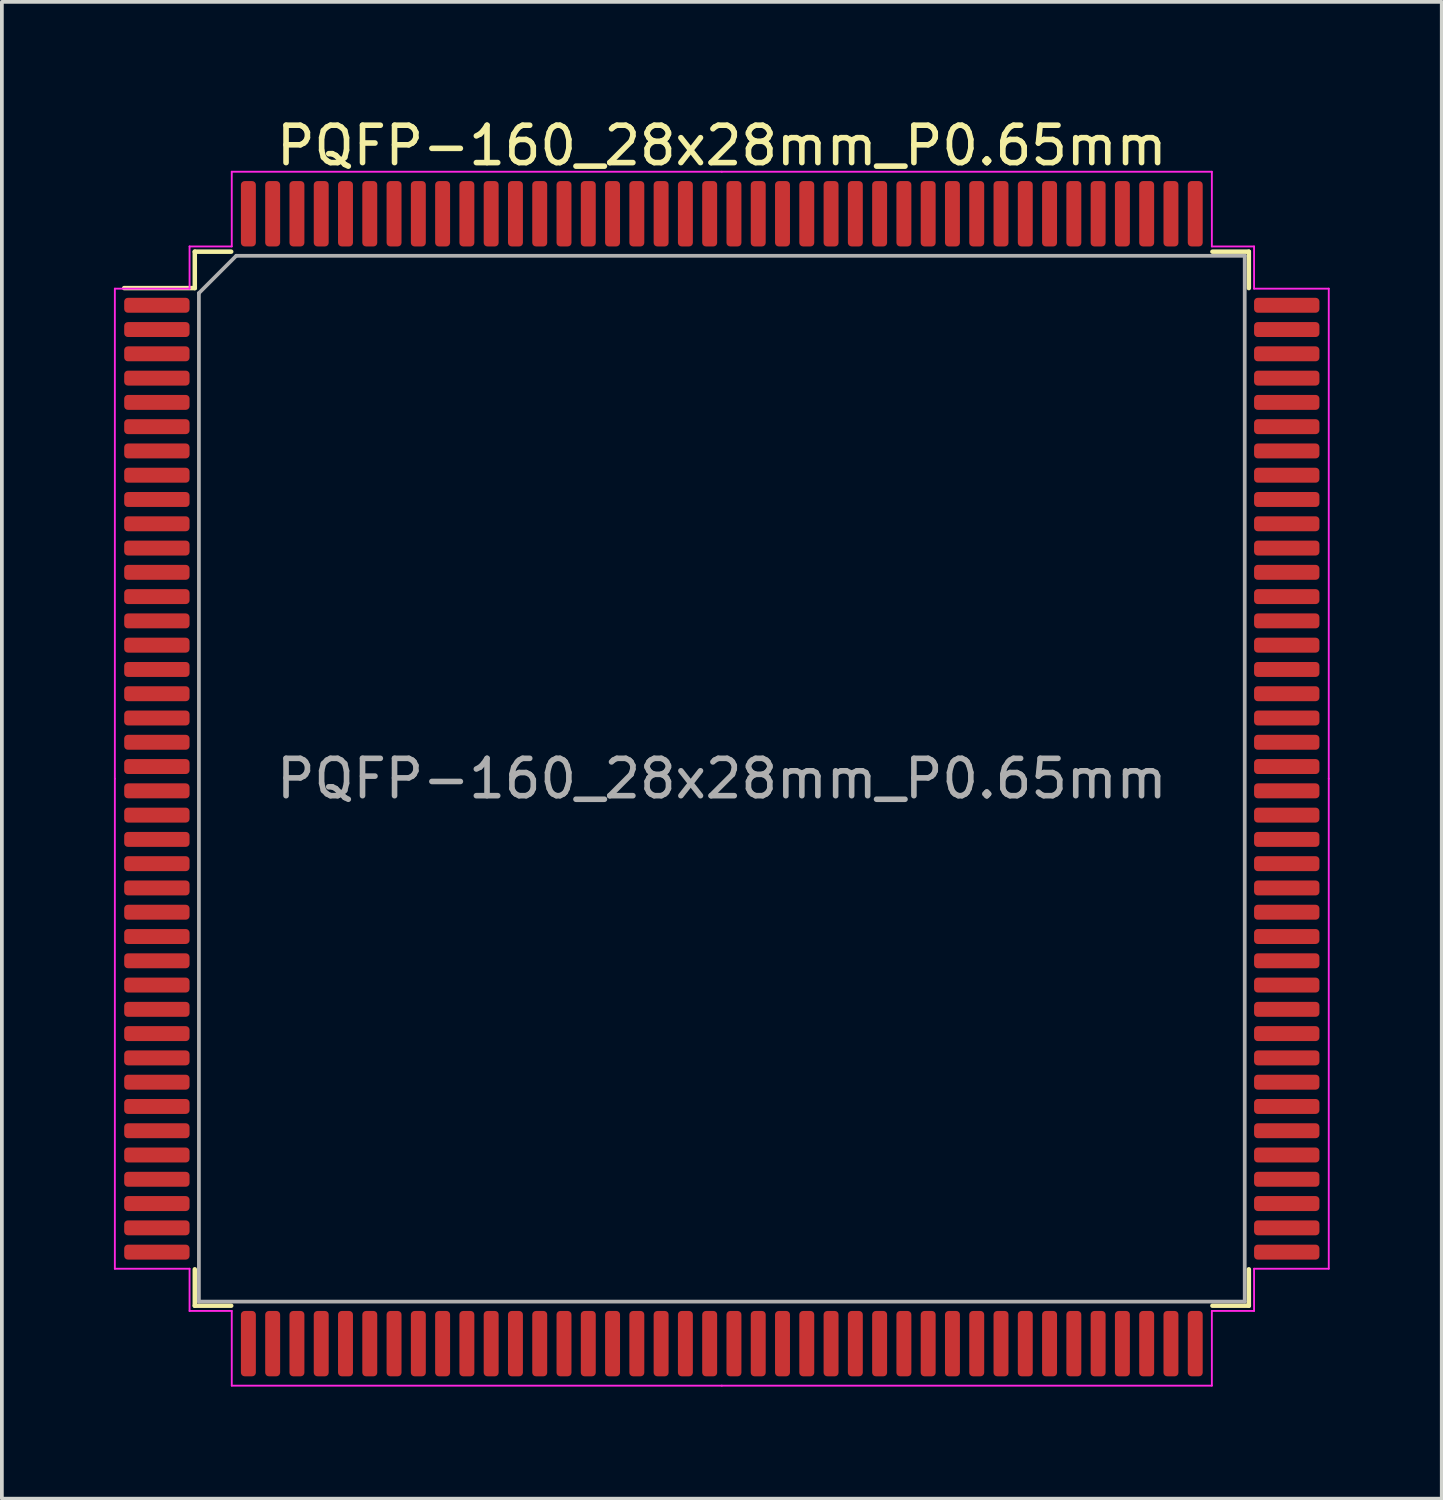
<source format=kicad_pcb>
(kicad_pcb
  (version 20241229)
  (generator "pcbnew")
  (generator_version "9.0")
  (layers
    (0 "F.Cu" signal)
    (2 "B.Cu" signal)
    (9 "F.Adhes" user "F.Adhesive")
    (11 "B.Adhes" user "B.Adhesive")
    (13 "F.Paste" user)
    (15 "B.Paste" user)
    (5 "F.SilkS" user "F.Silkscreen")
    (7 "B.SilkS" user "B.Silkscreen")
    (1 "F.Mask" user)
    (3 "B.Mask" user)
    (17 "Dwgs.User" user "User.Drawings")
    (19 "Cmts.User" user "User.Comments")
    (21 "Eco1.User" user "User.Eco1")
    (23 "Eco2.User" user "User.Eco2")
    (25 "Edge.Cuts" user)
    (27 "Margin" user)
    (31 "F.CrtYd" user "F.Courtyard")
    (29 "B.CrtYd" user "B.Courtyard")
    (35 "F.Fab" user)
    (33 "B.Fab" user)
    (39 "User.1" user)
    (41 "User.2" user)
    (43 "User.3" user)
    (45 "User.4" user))
  (footprint "PQFP-160_28x28mm_P0.65mm"
    (layer "F.Cu")
    (at 16.275 17.798)
    (property "Reference" "PQFP-160_28x28mm_P0.65mm" (at 0 -16.95 0) (layer "F.SilkS") (effects (font (size 1 1) (thickness 0.15))))
    (attr smd)
    (fp_line (start -14.11 -14.11) (end -14.11 -13.135) (stroke (width 0.12) (type solid)) (layer "F.SilkS"))
    (fp_line (start -14.11 -13.135) (end -16 -13.135) (stroke (width 0.12) (type solid)) (layer "F.SilkS"))
    (fp_line (start -14.11 14.11) (end -14.11 13.135) (stroke (width 0.12) (type solid)) (layer "F.SilkS"))
    (fp_line (start -13.135 -14.11) (end -14.11 -14.11) (stroke (width 0.12) (type solid)) (layer "F.SilkS"))
    (fp_line (start -13.135 14.11) (end -14.11 14.11) (stroke (width 0.12) (type solid)) (layer "F.SilkS"))
    (fp_line (start 13.135 -14.11) (end 14.11 -14.11) (stroke (width 0.12) (type solid)) (layer "F.SilkS"))
    (fp_line (start 13.135 14.11) (end 14.11 14.11) (stroke (width 0.12) (type solid)) (layer "F.SilkS"))
    (fp_line (start 14.11 -14.11) (end 14.11 -13.135) (stroke (width 0.12) (type solid)) (layer "F.SilkS"))
    (fp_line (start 14.11 14.11) (end 14.11 13.135) (stroke (width 0.12) (type solid)) (layer "F.SilkS"))
    (fp_line (start -16.25 -13.12) (end -16.25 0) (stroke (width 0.05) (type solid)) (layer "F.CrtYd"))
    (fp_line (start -16.25 13.12) (end -16.25 0) (stroke (width 0.05) (type solid)) (layer "F.CrtYd"))
    (fp_line (start -14.25 -14.25) (end -14.25 -13.12) (stroke (width 0.05) (type solid)) (layer "F.CrtYd"))
    (fp_line (start -14.25 -13.12) (end -16.25 -13.12) (stroke (width 0.05) (type solid)) (layer "F.CrtYd"))
    (fp_line (start -14.25 13.12) (end -16.25 13.12) (stroke (width 0.05) (type solid)) (layer "F.CrtYd"))
    (fp_line (start -14.25 14.25) (end -14.25 13.12) (stroke (width 0.05) (type solid)) (layer "F.CrtYd"))
    (fp_line (start -13.12 -16.25) (end -13.12 -14.25) (stroke (width 0.05) (type solid)) (layer "F.CrtYd"))
    (fp_line (start -13.12 -14.25) (end -14.25 -14.25) (stroke (width 0.05) (type solid)) (layer "F.CrtYd"))
    (fp_line (start -13.12 14.25) (end -14.25 14.25) (stroke (width 0.05) (type solid)) (layer "F.CrtYd"))
    (fp_line (start -13.12 16.25) (end -13.12 14.25) (stroke (width 0.05) (type solid)) (layer "F.CrtYd"))
    (fp_line (start 0 -16.25) (end -13.12 -16.25) (stroke (width 0.05) (type solid)) (layer "F.CrtYd"))
    (fp_line (start 0 -16.25) (end 13.12 -16.25) (stroke (width 0.05) (type solid)) (layer "F.CrtYd"))
    (fp_line (start 0 16.25) (end -13.12 16.25) (stroke (width 0.05) (type solid)) (layer "F.CrtYd"))
    (fp_line (start 0 16.25) (end 13.12 16.25) (stroke (width 0.05) (type solid)) (layer "F.CrtYd"))
    (fp_line (start 13.12 -16.25) (end 13.12 -14.25) (stroke (width 0.05) (type solid)) (layer "F.CrtYd"))
    (fp_line (start 13.12 -14.25) (end 14.25 -14.25) (stroke (width 0.05) (type solid)) (layer "F.CrtYd"))
    (fp_line (start 13.12 14.25) (end 14.25 14.25) (stroke (width 0.05) (type solid)) (layer "F.CrtYd"))
    (fp_line (start 13.12 16.25) (end 13.12 14.25) (stroke (width 0.05) (type solid)) (layer "F.CrtYd"))
    (fp_line (start 14.25 -14.25) (end 14.25 -13.12) (stroke (width 0.05) (type solid)) (layer "F.CrtYd"))
    (fp_line (start 14.25 -13.12) (end 16.25 -13.12) (stroke (width 0.05) (type solid)) (layer "F.CrtYd"))
    (fp_line (start 14.25 13.12) (end 16.25 13.12) (stroke (width 0.05) (type solid)) (layer "F.CrtYd"))
    (fp_line (start 14.25 14.25) (end 14.25 13.12) (stroke (width 0.05) (type solid)) (layer "F.CrtYd"))
    (fp_line (start 16.25 -13.12) (end 16.25 0) (stroke (width 0.05) (type solid)) (layer "F.CrtYd"))
    (fp_line (start 16.25 13.12) (end 16.25 0) (stroke (width 0.05) (type solid)) (layer "F.CrtYd"))
    (fp_line (start -14 -13) (end -13 -14) (stroke (width 0.1) (type solid)) (layer "F.Fab"))
    (fp_line (start -14 14) (end -14 -13) (stroke (width 0.1) (type solid)) (layer "F.Fab"))
    (fp_line (start -13 -14) (end 14 -14) (stroke (width 0.1) (type solid)) (layer "F.Fab"))
    (fp_line (start 14 -14) (end 14 14) (stroke (width 0.1) (type solid)) (layer "F.Fab"))
    (fp_line (start 14 14) (end -14 14) (stroke (width 0.1) (type solid)) (layer "F.Fab"))
    (fp_text user "${REFERENCE}" (at 0 0 0) (layer "F.Fab") (effects (font (size 1 1) (thickness 0.15))))
    (pad "1" smd roundrect (at -15.125 -12.675) (size 1.75 0.4) (layers "F.Cu" "F.Mask" "F.Paste") (roundrect_rratio 0.25))
    (pad "2" smd roundrect (at -15.125 -12.025) (size 1.75 0.4) (layers "F.Cu" "F.Mask" "F.Paste") (roundrect_rratio 0.25))
    (pad "3" smd roundrect (at -15.125 -11.375) (size 1.75 0.4) (layers "F.Cu" "F.Mask" "F.Paste") (roundrect_rratio 0.25))
    (pad "4" smd roundrect (at -15.125 -10.725) (size 1.75 0.4) (layers "F.Cu" "F.Mask" "F.Paste") (roundrect_rratio 0.25))
    (pad "5" smd roundrect (at -15.125 -10.075) (size 1.75 0.4) (layers "F.Cu" "F.Mask" "F.Paste") (roundrect_rratio 0.25))
    (pad "6" smd roundrect (at -15.125 -9.425) (size 1.75 0.4) (layers "F.Cu" "F.Mask" "F.Paste") (roundrect_rratio 0.25))
    (pad "7" smd roundrect (at -15.125 -8.775) (size 1.75 0.4) (layers "F.Cu" "F.Mask" "F.Paste") (roundrect_rratio 0.25))
    (pad "8" smd roundrect (at -15.125 -8.125) (size 1.75 0.4) (layers "F.Cu" "F.Mask" "F.Paste") (roundrect_rratio 0.25))
    (pad "9" smd roundrect (at -15.125 -7.475) (size 1.75 0.4) (layers "F.Cu" "F.Mask" "F.Paste") (roundrect_rratio 0.25))
    (pad "10" smd roundrect (at -15.125 -6.825) (size 1.75 0.4) (layers "F.Cu" "F.Mask" "F.Paste") (roundrect_rratio 0.25))
    (pad "11" smd roundrect (at -15.125 -6.175) (size 1.75 0.4) (layers "F.Cu" "F.Mask" "F.Paste") (roundrect_rratio 0.25))
    (pad "12" smd roundrect (at -15.125 -5.525) (size 1.75 0.4) (layers "F.Cu" "F.Mask" "F.Paste") (roundrect_rratio 0.25))
    (pad "13" smd roundrect (at -15.125 -4.875) (size 1.75 0.4) (layers "F.Cu" "F.Mask" "F.Paste") (roundrect_rratio 0.25))
    (pad "14" smd roundrect (at -15.125 -4.225) (size 1.75 0.4) (layers "F.Cu" "F.Mask" "F.Paste") (roundrect_rratio 0.25))
    (pad "15" smd roundrect (at -15.125 -3.575) (size 1.75 0.4) (layers "F.Cu" "F.Mask" "F.Paste") (roundrect_rratio 0.25))
    (pad "16" smd roundrect (at -15.125 -2.925) (size 1.75 0.4) (layers "F.Cu" "F.Mask" "F.Paste") (roundrect_rratio 0.25))
    (pad "17" smd roundrect (at -15.125 -2.275) (size 1.75 0.4) (layers "F.Cu" "F.Mask" "F.Paste") (roundrect_rratio 0.25))
    (pad "18" smd roundrect (at -15.125 -1.625) (size 1.75 0.4) (layers "F.Cu" "F.Mask" "F.Paste") (roundrect_rratio 0.25))
    (pad "19" smd roundrect (at -15.125 -0.975) (size 1.75 0.4) (layers "F.Cu" "F.Mask" "F.Paste") (roundrect_rratio 0.25))
    (pad "20" smd roundrect (at -15.125 -0.325) (size 1.75 0.4) (layers "F.Cu" "F.Mask" "F.Paste") (roundrect_rratio 0.25))
    (pad "21" smd roundrect (at -15.125 0.325) (size 1.75 0.4) (layers "F.Cu" "F.Mask" "F.Paste") (roundrect_rratio 0.25))
    (pad "22" smd roundrect (at -15.125 0.975) (size 1.75 0.4) (layers "F.Cu" "F.Mask" "F.Paste") (roundrect_rratio 0.25))
    (pad "23" smd roundrect (at -15.125 1.625) (size 1.75 0.4) (layers "F.Cu" "F.Mask" "F.Paste") (roundrect_rratio 0.25))
    (pad "24" smd roundrect (at -15.125 2.275) (size 1.75 0.4) (layers "F.Cu" "F.Mask" "F.Paste") (roundrect_rratio 0.25))
    (pad "25" smd roundrect (at -15.125 2.925) (size 1.75 0.4) (layers "F.Cu" "F.Mask" "F.Paste") (roundrect_rratio 0.25))
    (pad "26" smd roundrect (at -15.125 3.575) (size 1.75 0.4) (layers "F.Cu" "F.Mask" "F.Paste") (roundrect_rratio 0.25))
    (pad "27" smd roundrect (at -15.125 4.225) (size 1.75 0.4) (layers "F.Cu" "F.Mask" "F.Paste") (roundrect_rratio 0.25))
    (pad "28" smd roundrect (at -15.125 4.875) (size 1.75 0.4) (layers "F.Cu" "F.Mask" "F.Paste") (roundrect_rratio 0.25))
    (pad "29" smd roundrect (at -15.125 5.525) (size 1.75 0.4) (layers "F.Cu" "F.Mask" "F.Paste") (roundrect_rratio 0.25))
    (pad "30" smd roundrect (at -15.125 6.175) (size 1.75 0.4) (layers "F.Cu" "F.Mask" "F.Paste") (roundrect_rratio 0.25))
    (pad "31" smd roundrect (at -15.125 6.825) (size 1.75 0.4) (layers "F.Cu" "F.Mask" "F.Paste") (roundrect_rratio 0.25))
    (pad "32" smd roundrect (at -15.125 7.475) (size 1.75 0.4) (layers "F.Cu" "F.Mask" "F.Paste") (roundrect_rratio 0.25))
    (pad "33" smd roundrect (at -15.125 8.125) (size 1.75 0.4) (layers "F.Cu" "F.Mask" "F.Paste") (roundrect_rratio 0.25))
    (pad "34" smd roundrect (at -15.125 8.775) (size 1.75 0.4) (layers "F.Cu" "F.Mask" "F.Paste") (roundrect_rratio 0.25))
    (pad "35" smd roundrect (at -15.125 9.425) (size 1.75 0.4) (layers "F.Cu" "F.Mask" "F.Paste") (roundrect_rratio 0.25))
    (pad "36" smd roundrect (at -15.125 10.075) (size 1.75 0.4) (layers "F.Cu" "F.Mask" "F.Paste") (roundrect_rratio 0.25))
    (pad "37" smd roundrect (at -15.125 10.725) (size 1.75 0.4) (layers "F.Cu" "F.Mask" "F.Paste") (roundrect_rratio 0.25))
    (pad "38" smd roundrect (at -15.125 11.375) (size 1.75 0.4) (layers "F.Cu" "F.Mask" "F.Paste") (roundrect_rratio 0.25))
    (pad "39" smd roundrect (at -15.125 12.025) (size 1.75 0.4) (layers "F.Cu" "F.Mask" "F.Paste") (roundrect_rratio 0.25))
    (pad "40" smd roundrect (at -15.125 12.675) (size 1.75 0.4) (layers "F.Cu" "F.Mask" "F.Paste") (roundrect_rratio 0.25))
    (pad "41" smd roundrect (at -12.675 15.125) (size 0.4 1.75) (layers "F.Cu" "F.Mask" "F.Paste") (roundrect_rratio 0.25))
    (pad "42" smd roundrect (at -12.025 15.125) (size 0.4 1.75) (layers "F.Cu" "F.Mask" "F.Paste") (roundrect_rratio 0.25))
    (pad "43" smd roundrect (at -11.375 15.125) (size 0.4 1.75) (layers "F.Cu" "F.Mask" "F.Paste") (roundrect_rratio 0.25))
    (pad "44" smd roundrect (at -10.725 15.125) (size 0.4 1.75) (layers "F.Cu" "F.Mask" "F.Paste") (roundrect_rratio 0.25))
    (pad "45" smd roundrect (at -10.075 15.125) (size 0.4 1.75) (layers "F.Cu" "F.Mask" "F.Paste") (roundrect_rratio 0.25))
    (pad "46" smd roundrect (at -9.425 15.125) (size 0.4 1.75) (layers "F.Cu" "F.Mask" "F.Paste") (roundrect_rratio 0.25))
    (pad "47" smd roundrect (at -8.775 15.125) (size 0.4 1.75) (layers "F.Cu" "F.Mask" "F.Paste") (roundrect_rratio 0.25))
    (pad "48" smd roundrect (at -8.125 15.125) (size 0.4 1.75) (layers "F.Cu" "F.Mask" "F.Paste") (roundrect_rratio 0.25))
    (pad "49" smd roundrect (at -7.475 15.125) (size 0.4 1.75) (layers "F.Cu" "F.Mask" "F.Paste") (roundrect_rratio 0.25))
    (pad "50" smd roundrect (at -6.825 15.125) (size 0.4 1.75) (layers "F.Cu" "F.Mask" "F.Paste") (roundrect_rratio 0.25))
    (pad "51" smd roundrect (at -6.175 15.125) (size 0.4 1.75) (layers "F.Cu" "F.Mask" "F.Paste") (roundrect_rratio 0.25))
    (pad "52" smd roundrect (at -5.525 15.125) (size 0.4 1.75) (layers "F.Cu" "F.Mask" "F.Paste") (roundrect_rratio 0.25))
    (pad "53" smd roundrect (at -4.875 15.125) (size 0.4 1.75) (layers "F.Cu" "F.Mask" "F.Paste") (roundrect_rratio 0.25))
    (pad "54" smd roundrect (at -4.225 15.125) (size 0.4 1.75) (layers "F.Cu" "F.Mask" "F.Paste") (roundrect_rratio 0.25))
    (pad "55" smd roundrect (at -3.575 15.125) (size 0.4 1.75) (layers "F.Cu" "F.Mask" "F.Paste") (roundrect_rratio 0.25))
    (pad "56" smd roundrect (at -2.925 15.125) (size 0.4 1.75) (layers "F.Cu" "F.Mask" "F.Paste") (roundrect_rratio 0.25))
    (pad "57" smd roundrect (at -2.275 15.125) (size 0.4 1.75) (layers "F.Cu" "F.Mask" "F.Paste") (roundrect_rratio 0.25))
    (pad "58" smd roundrect (at -1.625 15.125) (size 0.4 1.75) (layers "F.Cu" "F.Mask" "F.Paste") (roundrect_rratio 0.25))
    (pad "59" smd roundrect (at -0.975 15.125) (size 0.4 1.75) (layers "F.Cu" "F.Mask" "F.Paste") (roundrect_rratio 0.25))
    (pad "60" smd roundrect (at -0.325 15.125) (size 0.4 1.75) (layers "F.Cu" "F.Mask" "F.Paste") (roundrect_rratio 0.25))
    (pad "61" smd roundrect (at 0.325 15.125) (size 0.4 1.75) (layers "F.Cu" "F.Mask" "F.Paste") (roundrect_rratio 0.25))
    (pad "62" smd roundrect (at 0.975 15.125) (size 0.4 1.75) (layers "F.Cu" "F.Mask" "F.Paste") (roundrect_rratio 0.25))
    (pad "63" smd roundrect (at 1.625 15.125) (size 0.4 1.75) (layers "F.Cu" "F.Mask" "F.Paste") (roundrect_rratio 0.25))
    (pad "64" smd roundrect (at 2.275 15.125) (size 0.4 1.75) (layers "F.Cu" "F.Mask" "F.Paste") (roundrect_rratio 0.25))
    (pad "65" smd roundrect (at 2.925 15.125) (size 0.4 1.75) (layers "F.Cu" "F.Mask" "F.Paste") (roundrect_rratio 0.25))
    (pad "66" smd roundrect (at 3.575 15.125) (size 0.4 1.75) (layers "F.Cu" "F.Mask" "F.Paste") (roundrect_rratio 0.25))
    (pad "67" smd roundrect (at 4.225 15.125) (size 0.4 1.75) (layers "F.Cu" "F.Mask" "F.Paste") (roundrect_rratio 0.25))
    (pad "68" smd roundrect (at 4.875 15.125) (size 0.4 1.75) (layers "F.Cu" "F.Mask" "F.Paste") (roundrect_rratio 0.25))
    (pad "69" smd roundrect (at 5.525 15.125) (size 0.4 1.75) (layers "F.Cu" "F.Mask" "F.Paste") (roundrect_rratio 0.25))
    (pad "70" smd roundrect (at 6.175 15.125) (size 0.4 1.75) (layers "F.Cu" "F.Mask" "F.Paste") (roundrect_rratio 0.25))
    (pad "71" smd roundrect (at 6.825 15.125) (size 0.4 1.75) (layers "F.Cu" "F.Mask" "F.Paste") (roundrect_rratio 0.25))
    (pad "72" smd roundrect (at 7.475 15.125) (size 0.4 1.75) (layers "F.Cu" "F.Mask" "F.Paste") (roundrect_rratio 0.25))
    (pad "73" smd roundrect (at 8.125 15.125) (size 0.4 1.75) (layers "F.Cu" "F.Mask" "F.Paste") (roundrect_rratio 0.25))
    (pad "74" smd roundrect (at 8.775 15.125) (size 0.4 1.75) (layers "F.Cu" "F.Mask" "F.Paste") (roundrect_rratio 0.25))
    (pad "75" smd roundrect (at 9.425 15.125) (size 0.4 1.75) (layers "F.Cu" "F.Mask" "F.Paste") (roundrect_rratio 0.25))
    (pad "76" smd roundrect (at 10.075 15.125) (size 0.4 1.75) (layers "F.Cu" "F.Mask" "F.Paste") (roundrect_rratio 0.25))
    (pad "77" smd roundrect (at 10.725 15.125) (size 0.4 1.75) (layers "F.Cu" "F.Mask" "F.Paste") (roundrect_rratio 0.25))
    (pad "78" smd roundrect (at 11.375 15.125) (size 0.4 1.75) (layers "F.Cu" "F.Mask" "F.Paste") (roundrect_rratio 0.25))
    (pad "79" smd roundrect (at 12.025 15.125) (size 0.4 1.75) (layers "F.Cu" "F.Mask" "F.Paste") (roundrect_rratio 0.25))
    (pad "80" smd roundrect (at 12.675 15.125) (size 0.4 1.75) (layers "F.Cu" "F.Mask" "F.Paste") (roundrect_rratio 0.25))
    (pad "81" smd roundrect (at 15.125 12.675) (size 1.75 0.4) (layers "F.Cu" "F.Mask" "F.Paste") (roundrect_rratio 0.25))
    (pad "82" smd roundrect (at 15.125 12.025) (size 1.75 0.4) (layers "F.Cu" "F.Mask" "F.Paste") (roundrect_rratio 0.25))
    (pad "83" smd roundrect (at 15.125 11.375) (size 1.75 0.4) (layers "F.Cu" "F.Mask" "F.Paste") (roundrect_rratio 0.25))
    (pad "84" smd roundrect (at 15.125 10.725) (size 1.75 0.4) (layers "F.Cu" "F.Mask" "F.Paste") (roundrect_rratio 0.25))
    (pad "85" smd roundrect (at 15.125 10.075) (size 1.75 0.4) (layers "F.Cu" "F.Mask" "F.Paste") (roundrect_rratio 0.25))
    (pad "86" smd roundrect (at 15.125 9.425) (size 1.75 0.4) (layers "F.Cu" "F.Mask" "F.Paste") (roundrect_rratio 0.25))
    (pad "87" smd roundrect (at 15.125 8.775) (size 1.75 0.4) (layers "F.Cu" "F.Mask" "F.Paste") (roundrect_rratio 0.25))
    (pad "88" smd roundrect (at 15.125 8.125) (size 1.75 0.4) (layers "F.Cu" "F.Mask" "F.Paste") (roundrect_rratio 0.25))
    (pad "89" smd roundrect (at 15.125 7.475) (size 1.75 0.4) (layers "F.Cu" "F.Mask" "F.Paste") (roundrect_rratio 0.25))
    (pad "90" smd roundrect (at 15.125 6.825) (size 1.75 0.4) (layers "F.Cu" "F.Mask" "F.Paste") (roundrect_rratio 0.25))
    (pad "91" smd roundrect (at 15.125 6.175) (size 1.75 0.4) (layers "F.Cu" "F.Mask" "F.Paste") (roundrect_rratio 0.25))
    (pad "92" smd roundrect (at 15.125 5.525) (size 1.75 0.4) (layers "F.Cu" "F.Mask" "F.Paste") (roundrect_rratio 0.25))
    (pad "93" smd roundrect (at 15.125 4.875) (size 1.75 0.4) (layers "F.Cu" "F.Mask" "F.Paste") (roundrect_rratio 0.25))
    (pad "94" smd roundrect (at 15.125 4.225) (size 1.75 0.4) (layers "F.Cu" "F.Mask" "F.Paste") (roundrect_rratio 0.25))
    (pad "95" smd roundrect (at 15.125 3.575) (size 1.75 0.4) (layers "F.Cu" "F.Mask" "F.Paste") (roundrect_rratio 0.25))
    (pad "96" smd roundrect (at 15.125 2.925) (size 1.75 0.4) (layers "F.Cu" "F.Mask" "F.Paste") (roundrect_rratio 0.25))
    (pad "97" smd roundrect (at 15.125 2.275) (size 1.75 0.4) (layers "F.Cu" "F.Mask" "F.Paste") (roundrect_rratio 0.25))
    (pad "98" smd roundrect (at 15.125 1.625) (size 1.75 0.4) (layers "F.Cu" "F.Mask" "F.Paste") (roundrect_rratio 0.25))
    (pad "99" smd roundrect (at 15.125 0.975) (size 1.75 0.4) (layers "F.Cu" "F.Mask" "F.Paste") (roundrect_rratio 0.25))
    (pad "100" smd roundrect (at 15.125 0.325) (size 1.75 0.4) (layers "F.Cu" "F.Mask" "F.Paste") (roundrect_rratio 0.25))
    (pad "101" smd roundrect (at 15.125 -0.325) (size 1.75 0.4) (layers "F.Cu" "F.Mask" "F.Paste") (roundrect_rratio 0.25))
    (pad "102" smd roundrect (at 15.125 -0.975) (size 1.75 0.4) (layers "F.Cu" "F.Mask" "F.Paste") (roundrect_rratio 0.25))
    (pad "103" smd roundrect (at 15.125 -1.625) (size 1.75 0.4) (layers "F.Cu" "F.Mask" "F.Paste") (roundrect_rratio 0.25))
    (pad "104" smd roundrect (at 15.125 -2.275) (size 1.75 0.4) (layers "F.Cu" "F.Mask" "F.Paste") (roundrect_rratio 0.25))
    (pad "105" smd roundrect (at 15.125 -2.925) (size 1.75 0.4) (layers "F.Cu" "F.Mask" "F.Paste") (roundrect_rratio 0.25))
    (pad "106" smd roundrect (at 15.125 -3.575) (size 1.75 0.4) (layers "F.Cu" "F.Mask" "F.Paste") (roundrect_rratio 0.25))
    (pad "107" smd roundrect (at 15.125 -4.225) (size 1.75 0.4) (layers "F.Cu" "F.Mask" "F.Paste") (roundrect_rratio 0.25))
    (pad "108" smd roundrect (at 15.125 -4.875) (size 1.75 0.4) (layers "F.Cu" "F.Mask" "F.Paste") (roundrect_rratio 0.25))
    (pad "109" smd roundrect (at 15.125 -5.525) (size 1.75 0.4) (layers "F.Cu" "F.Mask" "F.Paste") (roundrect_rratio 0.25))
    (pad "110" smd roundrect (at 15.125 -6.175) (size 1.75 0.4) (layers "F.Cu" "F.Mask" "F.Paste") (roundrect_rratio 0.25))
    (pad "111" smd roundrect (at 15.125 -6.825) (size 1.75 0.4) (layers "F.Cu" "F.Mask" "F.Paste") (roundrect_rratio 0.25))
    (pad "112" smd roundrect (at 15.125 -7.475) (size 1.75 0.4) (layers "F.Cu" "F.Mask" "F.Paste") (roundrect_rratio 0.25))
    (pad "113" smd roundrect (at 15.125 -8.125) (size 1.75 0.4) (layers "F.Cu" "F.Mask" "F.Paste") (roundrect_rratio 0.25))
    (pad "114" smd roundrect (at 15.125 -8.775) (size 1.75 0.4) (layers "F.Cu" "F.Mask" "F.Paste") (roundrect_rratio 0.25))
    (pad "115" smd roundrect (at 15.125 -9.425) (size 1.75 0.4) (layers "F.Cu" "F.Mask" "F.Paste") (roundrect_rratio 0.25))
    (pad "116" smd roundrect (at 15.125 -10.075) (size 1.75 0.4) (layers "F.Cu" "F.Mask" "F.Paste") (roundrect_rratio 0.25))
    (pad "117" smd roundrect (at 15.125 -10.725) (size 1.75 0.4) (layers "F.Cu" "F.Mask" "F.Paste") (roundrect_rratio 0.25))
    (pad "118" smd roundrect (at 15.125 -11.375) (size 1.75 0.4) (layers "F.Cu" "F.Mask" "F.Paste") (roundrect_rratio 0.25))
    (pad "119" smd roundrect (at 15.125 -12.025) (size 1.75 0.4) (layers "F.Cu" "F.Mask" "F.Paste") (roundrect_rratio 0.25))
    (pad "120" smd roundrect (at 15.125 -12.675) (size 1.75 0.4) (layers "F.Cu" "F.Mask" "F.Paste") (roundrect_rratio 0.25))
    (pad "121" smd roundrect (at 12.675 -15.125) (size 0.4 1.75) (layers "F.Cu" "F.Mask" "F.Paste") (roundrect_rratio 0.25))
    (pad "122" smd roundrect (at 12.025 -15.125) (size 0.4 1.75) (layers "F.Cu" "F.Mask" "F.Paste") (roundrect_rratio 0.25))
    (pad "123" smd roundrect (at 11.375 -15.125) (size 0.4 1.75) (layers "F.Cu" "F.Mask" "F.Paste") (roundrect_rratio 0.25))
    (pad "124" smd roundrect (at 10.725 -15.125) (size 0.4 1.75) (layers "F.Cu" "F.Mask" "F.Paste") (roundrect_rratio 0.25))
    (pad "125" smd roundrect (at 10.075 -15.125) (size 0.4 1.75) (layers "F.Cu" "F.Mask" "F.Paste") (roundrect_rratio 0.25))
    (pad "126" smd roundrect (at 9.425 -15.125) (size 0.4 1.75) (layers "F.Cu" "F.Mask" "F.Paste") (roundrect_rratio 0.25))
    (pad "127" smd roundrect (at 8.775 -15.125) (size 0.4 1.75) (layers "F.Cu" "F.Mask" "F.Paste") (roundrect_rratio 0.25))
    (pad "128" smd roundrect (at 8.125 -15.125) (size 0.4 1.75) (layers "F.Cu" "F.Mask" "F.Paste") (roundrect_rratio 0.25))
    (pad "129" smd roundrect (at 7.475 -15.125) (size 0.4 1.75) (layers "F.Cu" "F.Mask" "F.Paste") (roundrect_rratio 0.25))
    (pad "130" smd roundrect (at 6.825 -15.125) (size 0.4 1.75) (layers "F.Cu" "F.Mask" "F.Paste") (roundrect_rratio 0.25))
    (pad "131" smd roundrect (at 6.175 -15.125) (size 0.4 1.75) (layers "F.Cu" "F.Mask" "F.Paste") (roundrect_rratio 0.25))
    (pad "132" smd roundrect (at 5.525 -15.125) (size 0.4 1.75) (layers "F.Cu" "F.Mask" "F.Paste") (roundrect_rratio 0.25))
    (pad "133" smd roundrect (at 4.875 -15.125) (size 0.4 1.75) (layers "F.Cu" "F.Mask" "F.Paste") (roundrect_rratio 0.25))
    (pad "134" smd roundrect (at 4.225 -15.125) (size 0.4 1.75) (layers "F.Cu" "F.Mask" "F.Paste") (roundrect_rratio 0.25))
    (pad "135" smd roundrect (at 3.575 -15.125) (size 0.4 1.75) (layers "F.Cu" "F.Mask" "F.Paste") (roundrect_rratio 0.25))
    (pad "136" smd roundrect (at 2.925 -15.125) (size 0.4 1.75) (layers "F.Cu" "F.Mask" "F.Paste") (roundrect_rratio 0.25))
    (pad "137" smd roundrect (at 2.275 -15.125) (size 0.4 1.75) (layers "F.Cu" "F.Mask" "F.Paste") (roundrect_rratio 0.25))
    (pad "138" smd roundrect (at 1.625 -15.125) (size 0.4 1.75) (layers "F.Cu" "F.Mask" "F.Paste") (roundrect_rratio 0.25))
    (pad "139" smd roundrect (at 0.975 -15.125) (size 0.4 1.75) (layers "F.Cu" "F.Mask" "F.Paste") (roundrect_rratio 0.25))
    (pad "140" smd roundrect (at 0.325 -15.125) (size 0.4 1.75) (layers "F.Cu" "F.Mask" "F.Paste") (roundrect_rratio 0.25))
    (pad "141" smd roundrect (at -0.325 -15.125) (size 0.4 1.75) (layers "F.Cu" "F.Mask" "F.Paste") (roundrect_rratio 0.25))
    (pad "142" smd roundrect (at -0.975 -15.125) (size 0.4 1.75) (layers "F.Cu" "F.Mask" "F.Paste") (roundrect_rratio 0.25))
    (pad "143" smd roundrect (at -1.625 -15.125) (size 0.4 1.75) (layers "F.Cu" "F.Mask" "F.Paste") (roundrect_rratio 0.25))
    (pad "144" smd roundrect (at -2.275 -15.125) (size 0.4 1.75) (layers "F.Cu" "F.Mask" "F.Paste") (roundrect_rratio 0.25))
    (pad "145" smd roundrect (at -2.925 -15.125) (size 0.4 1.75) (layers "F.Cu" "F.Mask" "F.Paste") (roundrect_rratio 0.25))
    (pad "146" smd roundrect (at -3.575 -15.125) (size 0.4 1.75) (layers "F.Cu" "F.Mask" "F.Paste") (roundrect_rratio 0.25))
    (pad "147" smd roundrect (at -4.225 -15.125) (size 0.4 1.75) (layers "F.Cu" "F.Mask" "F.Paste") (roundrect_rratio 0.25))
    (pad "148" smd roundrect (at -4.875 -15.125) (size 0.4 1.75) (layers "F.Cu" "F.Mask" "F.Paste") (roundrect_rratio 0.25))
    (pad "149" smd roundrect (at -5.525 -15.125) (size 0.4 1.75) (layers "F.Cu" "F.Mask" "F.Paste") (roundrect_rratio 0.25))
    (pad "150" smd roundrect (at -6.175 -15.125) (size 0.4 1.75) (layers "F.Cu" "F.Mask" "F.Paste") (roundrect_rratio 0.25))
    (pad "151" smd roundrect (at -6.825 -15.125) (size 0.4 1.75) (layers "F.Cu" "F.Mask" "F.Paste") (roundrect_rratio 0.25))
    (pad "152" smd roundrect (at -7.475 -15.125) (size 0.4 1.75) (layers "F.Cu" "F.Mask" "F.Paste") (roundrect_rratio 0.25))
    (pad "153" smd roundrect (at -8.125 -15.125) (size 0.4 1.75) (layers "F.Cu" "F.Mask" "F.Paste") (roundrect_rratio 0.25))
    (pad "154" smd roundrect (at -8.775 -15.125) (size 0.4 1.75) (layers "F.Cu" "F.Mask" "F.Paste") (roundrect_rratio 0.25))
    (pad "155" smd roundrect (at -9.425 -15.125) (size 0.4 1.75) (layers "F.Cu" "F.Mask" "F.Paste") (roundrect_rratio 0.25))
    (pad "156" smd roundrect (at -10.075 -15.125) (size 0.4 1.75) (layers "F.Cu" "F.Mask" "F.Paste") (roundrect_rratio 0.25))
    (pad "157" smd roundrect (at -10.725 -15.125) (size 0.4 1.75) (layers "F.Cu" "F.Mask" "F.Paste") (roundrect_rratio 0.25))
    (pad "158" smd roundrect (at -11.375 -15.125) (size 0.4 1.75) (layers "F.Cu" "F.Mask" "F.Paste") (roundrect_rratio 0.25))
    (pad "159" smd roundrect (at -12.025 -15.125) (size 0.4 1.75) (layers "F.Cu" "F.Mask" "F.Paste") (roundrect_rratio 0.25))
    (pad "160" smd roundrect (at -12.675 -15.125) (size 0.4 1.75) (layers "F.Cu" "F.Mask" "F.Paste") (roundrect_rratio 0.25)))
  (gr_rect
    (start -3 -3)
    (end 35.55 37.073)
    (stroke (width 0.1) (type default))
    (fill no)
    (layer "Edge.Cuts")))
</source>
